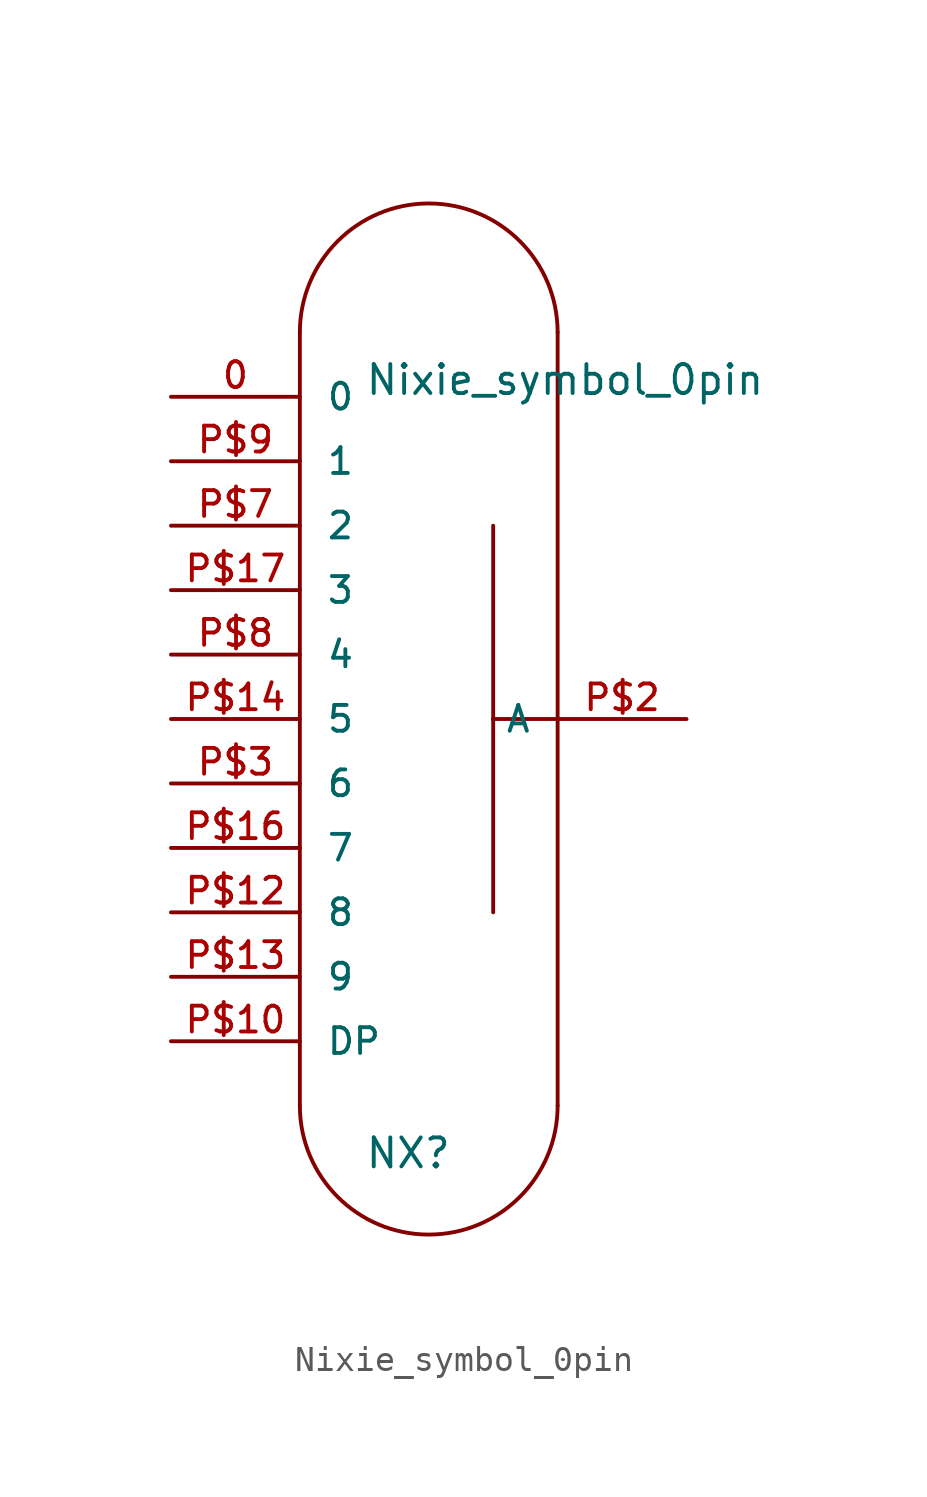
<source format=kicad_sym>
(kicad_symbol_lib
  (version 20211014)
  (generator kicad_symbol_editor)
  (symbol "Nixie_symbol_0pin"
    (pin_names
      (offset 1.016))
    (property "Reference" "NX"
      (at -2.54 -15.24 0)
      (effects (font (size 1.143 1.143)) (justify left bottom)))
    (property "Value" "Nixie_symbol_0pin"
      (at -2.54 15.24 0)
      (effects (font (size 1.143 1.143)) (justify left bottom)))
    (property "ki_locked" ""
      (at 0 0 0)
      (effects (font (size 1.27 1.27))))
    (symbol "Nixie_symbol_0pin_1_0"
      (polyline (pts (xy -5.08 17.78) (xy -5.08 -12.7)) (stroke (width 0) (type default) (color 0 0 0 0)) (fill (type none)))
      (polyline (pts (xy 2.54 -5.08) (xy 2.54 2.54)) (stroke (width 0) (type default) (color 0 0 0 0)) (fill (type none)))
      (polyline (pts (xy 2.54 2.54) (xy 2.54 10.16)) (stroke (width 0) (type default) (color 0 0 0 0)) (fill (type none)))
      (polyline (pts (xy 5.08 2.54) (xy 2.54 2.54)) (stroke (width 0) (type default) (color 0 0 0 0)) (fill (type none)))
      (polyline (pts (xy 5.08 2.54) (xy 5.08 -12.7)) (stroke (width 0) (type default) (color 0 0 0 0)) (fill (type none)))
      (polyline (pts (xy 5.08 17.78) (xy 5.08 2.54)) (stroke (width 0) (type default) (color 0 0 0 0)) (fill (type none))))
    (symbol "Nixie_symbol_0pin_1_1"
      (arc (start -5.08 -12.7) (mid 0 -17.78) (end 5.08 -12.7) (stroke (width 0) (type default) (color 0 0 0 0)) (fill (type none)))
      (arc (start 5.08 17.78) (mid 0 22.86) (end -5.08 17.78) (stroke (width 0) (type default) (color 0 0 0 0)) (fill (type none)))
      (pin passive line (at -10.16 15.24 0) (length 5.08) (name "0" (effects (font (size 1.016 1.016)))) (number "0" (effects (font (size 1.016 1.016)))))
      (pin passive line (at -10.16 -10.16 0) (length 5.08) (name "DP" (effects (font (size 1.016 1.016)))) (number "P$10" (effects (font (size 1.016 1.016)))))
      (pin passive line (at -10.16 -5.08 0) (length 5.08) (name "8" (effects (font (size 1.016 1.016)))) (number "P$12" (effects (font (size 1.016 1.016)))))
      (pin passive line (at -10.16 -7.62 0) (length 5.08) (name "9" (effects (font (size 1.016 1.016)))) (number "P$13" (effects (font (size 1.016 1.016)))))
      (pin passive line (at -10.16 2.54 0) (length 5.08) (name "5" (effects (font (size 1.016 1.016)))) (number "P$14" (effects (font (size 1.016 1.016)))))
      (pin passive line (at -10.16 -2.54 0) (length 5.08) (name "7" (effects (font (size 1.016 1.016)))) (number "P$16" (effects (font (size 1.016 1.016)))))
      (pin passive line (at -10.16 7.62 0) (length 5.08) (name "3" (effects (font (size 1.016 1.016)))) (number "P$17" (effects (font (size 1.016 1.016)))))
      (pin passive line (at 10.16 2.54 180) (length 5.08) (name "A" (effects (font (size 1.016 1.016)))) (number "P$2" (effects (font (size 1.016 1.016)))))
      (pin passive line (at -10.16 0 0) (length 5.08) (name "6" (effects (font (size 1.016 1.016)))) (number "P$3" (effects (font (size 1.016 1.016)))))
      (pin passive line (at -10.16 10.16 0) (length 5.08) (name "2" (effects (font (size 1.016 1.016)))) (number "P$7" (effects (font (size 1.016 1.016)))))
      (pin passive line (at -10.16 5.08 0) (length 5.08) (name "4" (effects (font (size 1.016 1.016)))) (number "P$8" (effects (font (size 1.016 1.016)))))
      (pin passive line (at -10.16 12.7 0) (length 5.08) (name "1" (effects (font (size 1.016 1.016)))) (number "P$9" (effects (font (size 1.016 1.016))))))))
</source>
